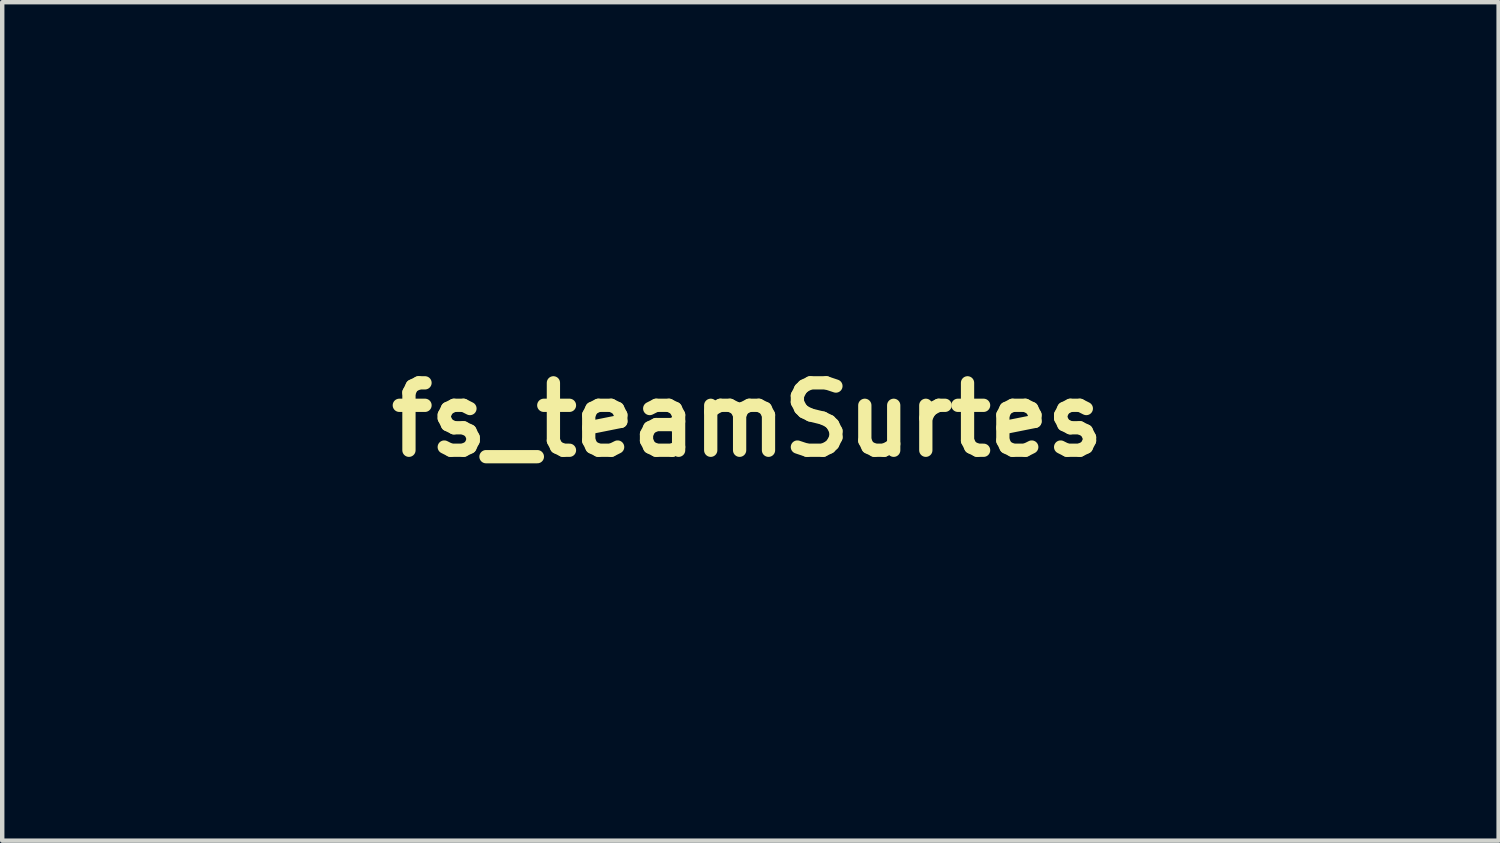
<source format=kicad_pcb>
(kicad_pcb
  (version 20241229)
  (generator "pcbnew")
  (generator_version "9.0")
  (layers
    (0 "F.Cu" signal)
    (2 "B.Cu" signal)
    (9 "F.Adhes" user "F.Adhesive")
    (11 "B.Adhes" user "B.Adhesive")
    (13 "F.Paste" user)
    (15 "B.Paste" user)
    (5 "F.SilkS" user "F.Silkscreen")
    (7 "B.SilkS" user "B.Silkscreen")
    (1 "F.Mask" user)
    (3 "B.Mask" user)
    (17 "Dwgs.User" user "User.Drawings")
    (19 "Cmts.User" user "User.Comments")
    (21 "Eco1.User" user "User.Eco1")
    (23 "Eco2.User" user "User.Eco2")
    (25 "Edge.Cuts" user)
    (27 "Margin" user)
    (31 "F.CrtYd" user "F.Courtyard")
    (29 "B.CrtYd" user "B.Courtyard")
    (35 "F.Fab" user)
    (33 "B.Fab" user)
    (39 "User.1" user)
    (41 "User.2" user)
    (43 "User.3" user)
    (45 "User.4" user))
  (footprint "fs_teamSurtes"
    (layer "F.Cu")
    (at 13.851 6.439)
    (property "Reference" "fs_teamSurtes" (at 0 0 0) (layer "F.SilkS") (effects (font (size 1.524 1.524) (thickness 0.3))))
    (attr through_hole)
    (fp_poly (pts (xy -1.911 2.047) (xy -1.964 2.462) (xy -1.986 2.736) (xy -1.951 2.901) (xy -1.838 2.984) (xy -1.621 3.016) (xy -1.278 3.026) (xy -1.121 3.03) (xy -0.73 3.039) (xy -0.475 3.037) (xy -0.323 3.016) (xy -0.239 2.97) (xy -0.191 2.892) (xy -0.171 2.84) (xy -0.119 2.643) (xy -0.067 2.348) (xy -0.033 2.075) (xy 0.023 1.524) (xy 0.308 1.524) (xy 0.448 1.531) (xy 0.538 1.569) (xy 0.582 1.666) (xy 0.584 1.848) (xy 0.548 2.143) (xy 0.479 2.578) (xy 0.479 2.582) (xy 0.397 3.023) (xy 0.309 3.327) (xy 0.2 3.525) (xy 0.054 3.65) (xy -0.096 3.716) (xy -0.325 3.764) (xy -0.664 3.794) (xy -1.066 3.807) (xy -1.484 3.804) (xy -1.872 3.785) (xy -2.184 3.75) (xy -2.371 3.701) (xy -2.508 3.583) (xy -2.586 3.383) (xy -2.608 3.08) (xy -2.576 2.653) (xy -2.519 2.244) (xy -2.413 1.566) (xy -2.129 1.539) (xy -1.845 1.512) (xy -1.911 2.047)) (stroke (width 0.01) (type solid)) (fill no) (layer "Eco2.User"))
    (fp_poly (pts (xy 2.801 1.529) (xy 3.23 1.55) (xy 3.532 1.593) (xy 3.728 1.664) (xy 3.84 1.77) (xy 3.888 1.917) (xy 3.895 2.04) (xy 3.847 2.38) (xy 3.722 2.671) (xy 3.543 2.865) (xy 3.443 2.91) (xy 3.228 2.964) (xy 3.433 3.324) (xy 3.553 3.545) (xy 3.628 3.705) (xy 3.64 3.747) (xy 3.566 3.789) (xy 3.384 3.81) (xy 3.35 3.81) (xy 3.173 3.794) (xy 3.047 3.722) (xy 2.925 3.557) (xy 2.828 3.387) (xy 2.598 2.963) (xy 1.27 2.963) (xy 1.269 3.196) (xy 1.242 3.53) (xy 1.158 3.724) (xy 1.003 3.805) (xy 0.926 3.81) (xy 0.741 3.79) (xy 0.651 3.747) (xy 0.646 3.638) (xy 0.664 3.408) (xy 0.704 3.104) (xy 0.712 3.048) (xy 0.81 2.413) (xy 1.991 2.389) (xy 2.544 2.371) (xy 2.941 2.344) (xy 3.178 2.312) (xy 3.256 2.279) (xy 3.171 2.248) (xy 2.922 2.222) (xy 2.508 2.206) (xy 2.081 2.201) (xy 0.826 2.201) (xy 0.878 1.937) (xy 0.916 1.729) (xy 0.931 1.599) (xy 0.931 1.598) (xy 1.011 1.573) (xy 1.231 1.551) (xy 1.563 1.535) (xy 1.977 1.525) (xy 2.225 1.524) (xy 2.801 1.529)) (stroke (width 0.01) (type solid)) (fill no) (layer "Eco2.User"))
    (fp_poly (pts (xy 10.637 1.714) (xy 10.594 1.934) (xy 10.584 2.053) (xy 10.572 2.106) (xy 10.519 2.145) (xy 10.403 2.171) (xy 10.203 2.188) (xy 9.894 2.197) (xy 9.454 2.201) (xy 9.059 2.201) (xy 8.51 2.2) (xy 8.109 2.193) (xy 7.833 2.181) (xy 7.66 2.16) (xy 7.569 2.128) (xy 7.537 2.085) (xy 7.535 2.07) (xy 7.574 1.971) (xy 7.768 1.971) (xy 7.819 2.001) (xy 7.956 2.019) (xy 8.198 2.028) (xy 8.569 2.032) (xy 9.037 2.032) (xy 9.555 2.03) (xy 9.928 2.022) (xy 10.179 2.006) (xy 10.334 1.98) (xy 10.417 1.941) (xy 10.447 1.898) (xy 10.492 1.763) (xy 10.499 1.729) (xy 10.419 1.716) (xy 10.199 1.706) (xy 9.869 1.698) (xy 9.458 1.694) (xy 9.242 1.693) (xy 8.751 1.695) (xy 8.4 1.703) (xy 8.162 1.72) (xy 8.007 1.749) (xy 7.908 1.795) (xy 7.834 1.86) (xy 7.832 1.863) (xy 7.779 1.926) (xy 7.768 1.971) (xy 7.574 1.971) (xy 7.592 1.925) (xy 7.728 1.747) (xy 7.743 1.732) (xy 7.826 1.654) (xy 7.916 1.599) (xy 8.039 1.562) (xy 8.225 1.54) (xy 8.501 1.529) (xy 8.896 1.525) (xy 9.319 1.524) (xy 10.688 1.524) (xy 10.637 1.714)) (stroke (width 0.01) (type solid)) (fill no) (layer "Eco2.User"))
    (fp_poly (pts (xy -2.741 1.789) (xy -2.778 1.996) (xy -2.794 2.127) (xy -2.794 2.127) (xy -2.874 2.153) (xy -3.093 2.176) (xy -3.422 2.192) (xy -3.831 2.2) (xy -4.022 2.201) (xy -4.528 2.207) (xy -4.911 2.223) (xy -5.157 2.249) (xy -5.249 2.284) (xy -5.249 2.286) (xy -5.168 2.323) (xy -4.936 2.35) (xy -4.571 2.366) (xy -4.197 2.371) (xy -3.687 2.377) (xy -3.324 2.402) (xy -3.086 2.458) (xy -2.953 2.554) (xy -2.903 2.701) (xy -2.913 2.91) (xy -2.926 2.993) (xy -3.015 3.345) (xy -3.154 3.569) (xy -3.371 3.706) (xy -3.419 3.724) (xy -3.586 3.755) (xy -3.868 3.779) (xy -4.23 3.796) (xy -4.636 3.806) (xy -5.048 3.809) (xy -5.431 3.804) (xy -5.749 3.791) (xy -5.965 3.77) (xy -6.042 3.744) (xy -6.053 3.625) (xy -6.029 3.417) (xy -6.022 3.385) (xy -5.962 3.09) (xy -4.738 3.044) (xy -3.514 2.999) (xy -4.49 2.981) (xy -5.004 2.963) (xy -5.372 2.923) (xy -5.617 2.851) (xy -5.762 2.739) (xy -5.829 2.575) (xy -5.842 2.403) (xy -5.776 2.011) (xy -5.591 1.705) (xy -5.511 1.633) (xy -5.373 1.587) (xy -5.09 1.554) (xy -4.655 1.534) (xy -4.059 1.527) (xy -4.032 1.527) (xy -2.688 1.524) (xy -2.741 1.789)) (stroke (width 0.01) (type solid)) (fill no) (layer "Eco2.User"))
    (fp_poly (pts (xy 7.281 1.729) (xy 7.262 1.979) (xy 7.179 2.122) (xy 6.999 2.186) (xy 6.695 2.201) (xy 6.212 2.201) (xy 6.059 2.857) (xy 5.96 3.266) (xy 5.876 3.537) (xy 5.788 3.699) (xy 5.675 3.78) (xy 5.519 3.807) (xy 5.387 3.81) (xy 5.154 3.8) (xy 5.002 3.776) (xy 4.979 3.765) (xy 4.976 3.667) (xy 5.008 3.448) (xy 5.069 3.15) (xy 5.089 3.067) (xy 5.18 2.68) (xy 5.225 2.43) (xy 5.213 2.286) (xy 5.133 2.22) (xy 4.973 2.202) (xy 4.755 2.201) (xy 4.483 2.195) (xy 4.288 2.179) (xy 4.222 2.162) (xy 4.204 2.059) (xy 4.209 1.957) (xy 4.368 1.957) (xy 4.426 2.008) (xy 4.585 2.028) (xy 4.837 2.032) (xy 5.178 2.051) (xy 5.356 2.11) (xy 5.382 2.143) (xy 5.383 2.272) (xy 5.349 2.52) (xy 5.287 2.839) (xy 5.263 2.947) (xy 5.102 3.641) (xy 5.735 3.641) (xy 5.832 3.154) (xy 5.902 2.819) (xy 5.978 2.496) (xy 6.016 2.349) (xy 6.104 2.032) (xy 6.608 2.032) (xy 6.89 2.026) (xy 7.042 1.998) (xy 7.103 1.936) (xy 7.112 1.863) (xy 7.104 1.799) (xy 7.064 1.754) (xy 6.967 1.724) (xy 6.789 1.706) (xy 6.506 1.697) (xy 6.092 1.694) (xy 5.767 1.693) (xy 5.262 1.694) (xy 4.9 1.7) (xy 4.658 1.713) (xy 4.508 1.736) (xy 4.427 1.773) (xy 4.389 1.827) (xy 4.378 1.863) (xy 4.368 1.957) (xy 4.209 1.957) (xy 4.213 1.86) (xy 4.217 1.823) (xy 4.252 1.524) (xy 7.281 1.524) (xy 7.281 1.729)) (stroke (width 0.01) (type solid)) (fill no) (layer "Eco2.User"))
    (fp_poly (pts (xy 7.726 2.334) (xy 7.891 2.337) (xy 8.189 2.341) (xy 8.583 2.346) (xy 9.036 2.352) (xy 9.234 2.355) (xy 10.509 2.371) (xy 10.483 2.646) (xy 10.456 2.921) (xy 9.186 2.967) (xy 7.916 3.013) (xy 9.118 3.03) (xy 9.564 3.042) (xy 9.94 3.063) (xy 10.214 3.091) (xy 10.358 3.122) (xy 10.371 3.131) (xy 10.391 3.264) (xy 10.372 3.48) (xy 10.366 3.512) (xy 10.31 3.81) (xy 9.055 3.81) (xy 8.565 3.809) (xy 8.215 3.801) (xy 7.974 3.785) (xy 7.811 3.755) (xy 7.696 3.707) (xy 7.599 3.638) (xy 7.573 3.616) (xy 7.452 3.501) (xy 7.392 3.389) (xy 7.381 3.227) (xy 7.391 3.123) (xy 7.539 3.123) (xy 7.569 3.414) (xy 7.639 3.541) (xy 7.744 3.585) (xy 7.964 3.613) (xy 8.316 3.626) (xy 8.816 3.624) (xy 8.973 3.622) (xy 9.451 3.612) (xy 9.787 3.6) (xy 10.006 3.582) (xy 10.134 3.553) (xy 10.198 3.508) (xy 10.223 3.444) (xy 10.229 3.408) (xy 10.235 3.333) (xy 10.211 3.28) (xy 10.132 3.247) (xy 9.971 3.228) (xy 9.704 3.22) (xy 9.305 3.217) (xy 9.07 3.217) (xy 8.639 3.212) (xy 8.271 3.198) (xy 7.998 3.176) (xy 7.851 3.15) (xy 7.836 3.14) (xy 7.822 3.002) (xy 7.84 2.929) (xy 7.883 2.875) (xy 7.981 2.837) (xy 8.16 2.813) (xy 8.444 2.8) (xy 8.86 2.795) (xy 9.111 2.794) (xy 9.587 2.793) (xy 9.92 2.787) (xy 10.135 2.773) (xy 10.258 2.746) (xy 10.314 2.705) (xy 10.329 2.644) (xy 10.329 2.625) (xy 10.321 2.561) (xy 10.281 2.516) (xy 10.184 2.486) (xy 10.006 2.468) (xy 9.723 2.459) (xy 9.309 2.456) (xy 8.985 2.455) (xy 7.641 2.455) (xy 7.588 2.72) (xy 7.539 3.123) (xy 7.391 3.123) (xy 7.408 2.963) (xy 7.42 2.875) (xy 7.463 2.581) (xy 7.509 2.418) (xy 7.578 2.348) (xy 7.691 2.333) (xy 7.726 2.334)) (stroke (width 0.01) (type solid)) (fill no) (layer "Eco2.User"))
    (fp_poly (pts (xy 13.526 1.533) (xy 13.771 1.554) (xy 13.913 1.6) (xy 13.972 1.676) (xy 13.971 1.793) (xy 13.931 1.958) (xy 13.917 2.011) (xy 13.89 2.085) (xy 13.841 2.137) (xy 13.74 2.171) (xy 13.563 2.19) (xy 13.281 2.199) (xy 12.868 2.201) (xy 12.648 2.201) (xy 12.144 2.207) (xy 11.763 2.223) (xy 11.52 2.249) (xy 11.43 2.284) (xy 11.43 2.286) (xy 11.512 2.322) (xy 11.745 2.35) (xy 12.111 2.366) (xy 12.514 2.371) (xy 13.057 2.379) (xy 13.435 2.404) (xy 13.651 2.445) (xy 13.699 2.472) (xy 13.78 2.653) (xy 13.794 2.922) (xy 13.744 3.211) (xy 13.68 3.374) (xy 13.578 3.532) (xy 13.44 3.647) (xy 13.241 3.726) (xy 12.956 3.775) (xy 12.558 3.801) (xy 12.022 3.81) (xy 11.887 3.81) (xy 10.658 3.81) (xy 10.684 3.493) (xy 10.707 3.217) (xy 10.837 3.217) (xy 10.837 3.641) (xy 12.027 3.641) (xy 12.498 3.639) (xy 12.832 3.633) (xy 13.057 3.616) (xy 13.207 3.584) (xy 13.311 3.532) (xy 13.4 3.456) (xy 13.429 3.428) (xy 13.581 3.22) (xy 13.62 2.978) (xy 13.615 2.899) (xy 13.589 2.582) (xy 12.615 2.562) (xy 12.102 2.548) (xy 11.735 2.528) (xy 11.491 2.497) (xy 11.348 2.451) (xy 11.283 2.383) (xy 11.273 2.289) (xy 11.276 2.262) (xy 11.293 2.189) (xy 11.337 2.138) (xy 11.434 2.103) (xy 11.61 2.08) (xy 11.891 2.066) (xy 12.302 2.056) (xy 12.552 2.051) (xy 13.036 2.041) (xy 13.375 2.028) (xy 13.596 2.01) (xy 13.724 1.981) (xy 13.783 1.939) (xy 13.8 1.88) (xy 13.801 1.86) (xy 13.792 1.795) (xy 13.748 1.75) (xy 13.643 1.72) (xy 13.452 1.703) (xy 13.149 1.695) (xy 12.709 1.693) (xy 12.573 1.693) (xy 12.088 1.695) (xy 11.743 1.703) (xy 11.508 1.721) (xy 11.354 1.752) (xy 11.251 1.8) (xy 11.171 1.867) (xy 11.05 2.05) (xy 11.019 2.3) (xy 11.023 2.393) (xy 11.046 2.569) (xy 11.101 2.694) (xy 11.214 2.778) (xy 11.409 2.829) (xy 11.713 2.856) (xy 12.15 2.868) (xy 12.383 2.87) (xy 12.785 2.876) (xy 13.047 2.888) (xy 13.2 2.913) (xy 13.271 2.956) (xy 13.292 3.023) (xy 13.293 3.048) (xy 13.284 3.114) (xy 13.241 3.16) (xy 13.139 3.19) (xy 12.951 3.207) (xy 12.653 3.215) (xy 12.218 3.217) (xy 12.065 3.217) (xy 10.837 3.217) (xy 10.707 3.217) (xy 10.71 3.175) (xy 11.894 3.151) (xy 12.405 3.134) (xy 12.791 3.108) (xy 13.046 3.076) (xy 13.162 3.043) (xy 13.135 3.012) (xy 12.957 2.985) (xy 12.622 2.968) (xy 12.228 2.963) (xy 11.707 2.955) (xy 11.331 2.924) (xy 11.08 2.861) (xy 10.929 2.756) (xy 10.855 2.601) (xy 10.837 2.403) (xy 10.903 2.011) (xy 11.088 1.705) (xy 11.169 1.633) (xy 11.308 1.587) (xy 11.592 1.554) (xy 12.029 1.534) (xy 12.628 1.527) (xy 12.636 1.527) (xy 13.155 1.526) (xy 13.526 1.533)) (stroke (width 0.01) (type solid)) (fill no) (layer "Eco2.User"))
    (fp_poly (pts (xy -9.015 -6.37) (xy -8.753 -6.209) (xy -8.527 -5.995) (xy -8.431 -5.855) (xy -8.272 -5.377) (xy -8.245 -4.851) (xy -8.286 -4.574) (xy -8.339 -4.298) (xy -8.335 -4.181) (xy -8.276 -4.223) (xy -8.165 -4.425) (xy -8.092 -4.58) (xy -7.884 -5.038) (xy -7.885 -4.53) (xy -7.895 -4.231) (xy -7.919 -3.987) (xy -7.943 -3.879) (xy -8.025 -3.76) (xy -8.197 -3.554) (xy -8.431 -3.296) (xy -8.592 -3.128) (xy -9.183 -2.518) (xy -8.846 -2.558) (xy -8.591 -2.599) (xy -8.393 -2.65) (xy -8.367 -2.66) (xy -8.289 -2.682) (xy -8.264 -2.634) (xy -8.289 -2.481) (xy -8.342 -2.272) (xy -8.438 -1.985) (xy -8.583 -1.744) (xy -8.816 -1.487) (xy -8.914 -1.393) (xy -9.148 -1.166) (xy -9.274 -1.013) (xy -9.316 -0.898) (xy -9.292 -0.783) (xy -9.282 -0.758) (xy -9.21 -0.592) (xy -9.174 -0.519) (xy -9.095 -0.54) (xy -8.918 -0.628) (xy -8.767 -0.713) (xy -8.35 -0.944) (xy -7.814 -1.221) (xy -7.196 -1.527) (xy -6.533 -1.843) (xy -5.864 -2.151) (xy -5.226 -2.435) (xy -4.656 -2.675) (xy -4.614 -2.691) (xy -3.429 -3.15) (xy -2.352 -3.526) (xy -1.349 -3.829) (xy -0.388 -4.069) (xy 0 -4.152) (xy 0.596 -4.27) (xy 1.045 -4.351) (xy 1.344 -4.392) (xy 1.492 -4.39) (xy 1.489 -4.342) (xy 1.333 -4.247) (xy 1.022 -4.102) (xy 0.556 -3.903) (xy -0.068 -3.648) (xy -0.289 -3.559) (xy -1.372 -3.093) (xy -2.472 -2.563) (xy -3.538 -1.995) (xy -4.52 -1.416) (xy -5.038 -1.08) (xy -5.544 -0.732) (xy -6.029 -0.388) (xy -6.473 -0.062) (xy -6.861 0.232) (xy -7.174 0.482) (xy -7.396 0.675) (xy -7.509 0.795) (xy -7.509 0.831) (xy -7.352 0.817) (xy -7.098 0.729) (xy -6.74 0.561) (xy -6.269 0.309) (xy -5.677 -0.03) (xy -4.967 -0.453) (xy -3.856 -1.117) (xy -2.868 -1.694) (xy -1.983 -2.191) (xy -1.185 -2.618) (xy -0.458 -2.984) (xy 0.218 -3.299) (xy 0.857 -3.57) (xy 1.143 -3.683) (xy 1.593 -3.849) (xy 2.075 -4.016) (xy 2.559 -4.175) (xy 3.018 -4.317) (xy 3.421 -4.434) (xy 3.739 -4.515) (xy 3.944 -4.553) (xy 3.998 -4.552) (xy 3.95 -4.51) (xy 3.766 -4.409) (xy 3.467 -4.258) (xy 3.072 -4.066) (xy 2.6 -3.844) (xy 2.164 -3.643) (xy 0.662 -2.931) (xy -0.707 -2.224) (xy -1.976 -1.503) (xy -3.18 -0.747) (xy -4.353 0.061) (xy -4.47 0.145) (xy -4.849 0.44) (xy -5.294 0.817) (xy -5.774 1.246) (xy -6.256 1.699) (xy -6.712 2.145) (xy -7.109 2.556) (xy -7.417 2.903) (xy -7.508 3.018) (xy -7.743 3.325) (xy -7.406 3.617) (xy -7.093 3.861) (xy -6.653 4.158) (xy -6.082 4.511) (xy -5.371 4.924) (xy -4.515 5.402) (xy -4.17 5.591) (xy -3.68 5.863) (xy -3.286 6.093) (xy -3.002 6.273) (xy -2.841 6.393) (xy -2.815 6.444) (xy -3.025 6.486) (xy -3.349 6.442) (xy -3.79 6.31) (xy -4.353 6.089) (xy -5.041 5.776) (xy -5.858 5.371) (xy -6.809 4.871) (xy -7.277 4.617) (xy -7.828 4.31) (xy -8.263 4.05) (xy -8.616 3.811) (xy -8.925 3.566) (xy -9.225 3.289) (xy -9.552 2.953) (xy -9.594 2.909) (xy -9.847 2.54) (xy -10.049 2.049) (xy -10.186 1.479) (xy -10.245 0.871) (xy -10.246 0.804) (xy -10.251 0.53) (xy -10.266 0.402) (xy -10.301 0.398) (xy -10.365 0.497) (xy -10.372 0.508) (xy -10.469 0.809) (xy -10.502 1.225) (xy -10.473 1.714) (xy -10.389 2.236) (xy -10.254 2.752) (xy -10.072 3.221) (xy -10.033 3.301) (xy -9.868 3.593) (xy -9.725 3.783) (xy -9.62 3.855) (xy -9.57 3.795) (xy -9.567 3.757) (xy -9.538 3.699) (xy -9.442 3.759) (xy -9.263 3.945) (xy -9.232 3.979) (xy -9.048 4.183) (xy -8.947 4.271) (xy -8.904 4.254) (xy -8.894 4.154) (xy -8.882 4.058) (xy -8.834 4.046) (xy -8.728 4.133) (xy -8.539 4.331) (xy -8.488 4.388) (xy -8.335 4.546) (xy -8.174 4.685) (xy -7.98 4.822) (xy -7.726 4.97) (xy -7.39 5.145) (xy -6.944 5.361) (xy -6.48 5.58) (xy -5.999 5.809) (xy -5.573 6.019) (xy -5.224 6.197) (xy -4.976 6.333) (xy -4.853 6.414) (xy -4.843 6.426) (xy -4.9 6.479) (xy -5.097 6.507) (xy -5.407 6.51) (xy -5.803 6.489) (xy -6.259 6.445) (xy -6.747 6.379) (xy -6.983 6.34) (xy -8.215 6.081) (xy -9.417 5.743) (xy -10.559 5.335) (xy -11.613 4.87) (xy -12.549 4.358) (xy -13.147 3.959) (xy -13.513 3.672) (xy -13.742 3.447) (xy -13.846 3.269) (xy -13.837 3.122) (xy -13.825 3.098) (xy -13.727 2.981) (xy -13.522 2.776) (xy -13.236 2.506) (xy -12.892 2.193) (xy -12.512 1.857) (xy -12.122 1.521) (xy -11.996 1.414) (xy -11.715 1.168) (xy -11.56 1.005) (xy -11.52 0.911) (xy -11.551 0.88) (xy -11.768 0.853) (xy -12.099 0.882) (xy -12.5 0.961) (xy -12.709 1.017) (xy -13.1 1.13) (xy -13.363 0.84) (xy -13.522 0.644) (xy -13.535 0.622) (xy -13.351 0.622) (xy -13.25 0.76) (xy -13.094 0.842) (xy -12.943 0.864) (xy -12.882 0.773) (xy -12.812 0.602) (xy -12.776 0.555) (xy -12.706 0.425) (xy -12.77 0.286) (xy -12.831 0.22) (xy -12.916 0.078) (xy -12.867 -0.089) (xy -12.81 -0.206) (xy -12.843 -0.215) (xy -12.99 -0.123) (xy -13.152 0.042) (xy -13.208 0.204) (xy -13.249 0.397) (xy -13.302 0.484) (xy -13.351 0.622) (xy -13.535 0.622) (xy -13.617 0.487) (xy -13.629 0.445) (xy -13.562 0.305) (xy -13.362 0.081) (xy -13.039 -0.219) (xy -12.602 -0.587) (xy -12.448 -0.709) (xy -11.55 -0.709) (xy -11.507 -0.683) (xy -11.5 -0.683) (xy -11.293 -0.708) (xy -11.223 -0.73) (xy -11.077 -0.843) (xy -10.992 -0.962) (xy -10.933 -1.086) (xy -10.968 -1.078) (xy -11.06 -0.999) (xy -11.272 -0.852) (xy -11.432 -0.772) (xy -11.55 -0.709) (xy -12.448 -0.709) (xy -12.231 -0.881) (xy -11.478 -1.467) (xy -11.776 -1.57) (xy -12.31 -1.801) (xy -12.763 -2.088) (xy -13.108 -2.409) (xy -13.317 -2.743) (xy -13.335 -2.795) (xy -13.368 -2.965) (xy -13.314 -3.002) (xy -13.165 -2.905) (xy -13.035 -2.79) (xy -12.539 -2.427) (xy -11.992 -2.199) (xy -11.736 -2.147) (xy -11.499 -2.125) (xy -11.376 -2.155) (xy -11.315 -2.251) (xy -11.307 -2.275) (xy -11.315 -2.475) (xy -11.414 -2.74) (xy -11.574 -3.017) (xy -11.765 -3.252) (xy -11.954 -3.393) (xy -11.957 -3.395) (xy -12.12 -3.494) (xy -12.122 -3.578) (xy -11.974 -3.631) (xy -11.816 -3.641) (xy -11.621 -3.613) (xy -11.449 -3.507) (xy -11.248 -3.29) (xy -11.241 -3.281) (xy -11.041 -3.017) (xy -10.866 -2.753) (xy -10.805 -2.644) (xy -10.697 -2.467) (xy -10.601 -2.419) (xy -10.492 -2.459) (xy -10.269 -2.651) (xy -10.199 -2.895) (xy -10.279 -3.181) (xy -10.507 -3.496) (xy -10.815 -3.777) (xy -11.243 -4.128) (xy -11.545 -4.404) (xy -11.736 -4.624) (xy -11.833 -4.805) (xy -11.853 -4.928) (xy -11.836 -5.112) (xy -11.773 -5.146) (xy -11.649 -5.032) (xy -11.582 -4.95) (xy -11.418 -4.787) (xy -11.17 -4.59) (xy -10.971 -4.453) (xy -10.497 -4.121) (xy -10.1 -3.785) (xy -9.813 -3.475) (xy -9.733 -3.361) (xy -9.589 -3.123) (xy -9.324 -3.483) (xy -9.174 -3.708) (xy -9.078 -3.89) (xy -9.059 -3.956) (xy -9.115 -4.185) (xy -9.259 -4.472) (xy -9.455 -4.763) (xy -9.667 -5.001) (xy -9.796 -5.101) (xy -9.982 -5.217) (xy -10.036 -5.284) (xy -9.975 -5.337) (xy -9.918 -5.364) (xy -9.781 -5.393) (xy -9.62 -5.343) (xy -9.39 -5.198) (xy -9.346 -5.166) (xy -9.113 -5.011) (xy -8.974 -4.955) (xy -8.894 -4.986) (xy -8.879 -5.005) (xy -8.831 -5.214) (xy -8.877 -5.508) (xy -9.007 -5.838) (xy -9.146 -6.075) (xy -9.284 -6.286) (xy -9.325 -6.396) (xy -9.279 -6.433) (xy -9.248 -6.434) (xy -9.015 -6.37)) (stroke (width 0.01) (type solid)) (fill no) (layer "Eco2.User")))
  (gr_rect
    (start -3 -3)
    (end 30.828 15.954)
    (stroke (width 0.1) (type default))
    (fill no)
    (layer "Edge.Cuts")))
</source>
